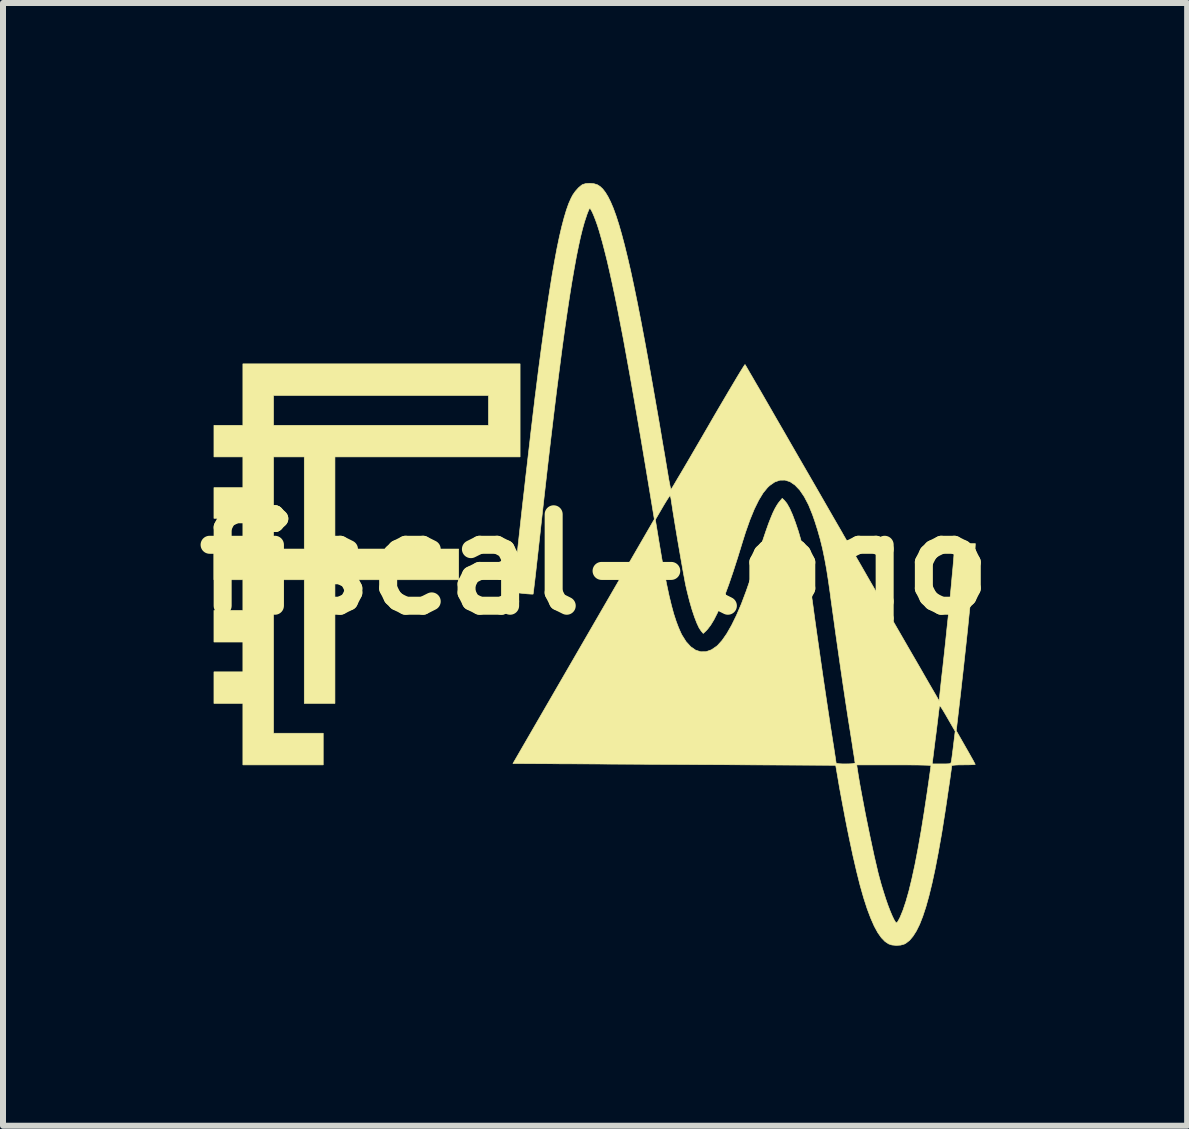
<source format=kicad_pcb>
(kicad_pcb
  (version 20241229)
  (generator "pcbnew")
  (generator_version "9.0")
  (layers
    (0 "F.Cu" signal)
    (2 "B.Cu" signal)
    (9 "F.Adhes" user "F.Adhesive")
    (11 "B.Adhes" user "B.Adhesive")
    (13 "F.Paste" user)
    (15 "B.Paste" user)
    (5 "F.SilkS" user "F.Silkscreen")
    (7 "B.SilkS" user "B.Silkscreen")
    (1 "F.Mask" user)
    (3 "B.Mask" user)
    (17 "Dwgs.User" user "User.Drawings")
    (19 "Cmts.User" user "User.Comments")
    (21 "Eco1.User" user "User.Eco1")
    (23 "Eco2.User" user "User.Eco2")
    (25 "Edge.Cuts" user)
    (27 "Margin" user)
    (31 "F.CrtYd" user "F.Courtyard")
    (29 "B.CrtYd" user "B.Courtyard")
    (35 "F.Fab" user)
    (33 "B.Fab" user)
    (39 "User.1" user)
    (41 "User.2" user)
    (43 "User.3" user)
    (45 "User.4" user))
  (footprint "fiscal-logo"
    (layer "F.Cu")
    (at 6.865 6.354)
    (property "Reference" "fiscal-logo" (at 0 0 0) (layer "F.SilkS") (effects (font (size 1.524 1.524) (thickness 0.3))))
    (attr through_hole)
    (fp_poly (pts (xy -1.249 -1.791) (xy -4.334 -1.791) (xy -4.334 -0.256) (xy -2.272 -0.256) (xy -2.272 0.256) (xy -4.334 0.256) (xy -4.334 2.317) (xy -4.845 2.317) (xy -4.845 0.256) (xy -5.357 0.256) (xy -5.357 2.814) (xy -4.529 2.814) (xy -4.529 3.341) (xy -5.868 3.341) (xy -5.868 2.317) (xy -6.35 2.317) (xy -6.35 1.791) (xy -5.868 1.791) (xy -5.868 1.294) (xy -6.35 1.294) (xy -6.35 0.767) (xy -5.868 0.767) (xy -5.868 0.256) (xy -6.35 0.256) (xy -6.35 -0.256) (xy -5.868 -0.256) (xy -5.868 -0.767) (xy -6.35 -0.767) (xy -6.35 -1.279) (xy -5.868 -1.279) (xy -5.868 -1.791) (xy -5.357 -1.791) (xy -5.357 -0.256) (xy -4.845 -0.256) (xy -4.845 -1.791) (xy -5.357 -1.791) (xy -5.868 -1.791) (xy -6.35 -1.791) (xy -6.35 -2.317) (xy -5.868 -2.317) (xy -5.868 -2.814) (xy -5.357 -2.814) (xy -5.357 -2.317) (xy -1.776 -2.317) (xy -1.776 -2.814) (xy -5.357 -2.814) (xy -5.868 -2.814) (xy -5.868 -3.341) (xy -1.249 -3.341) (xy -1.249 -1.791)) (stroke (width 0.01) (type solid)) (fill yes) (layer "F.SilkS"))
    (fp_poly (pts (xy -0.018 -6.343) (xy 0.04 -6.325) (xy 0.04 -6.325) (xy 0.084 -6.297) (xy 0.128 -6.256) (xy 0.172 -6.199) (xy 0.216 -6.127) (xy 0.26 -6.039) (xy 0.305 -5.933) (xy 0.35 -5.809) (xy 0.396 -5.666) (xy 0.443 -5.503) (xy 0.492 -5.318) (xy 0.542 -5.113) (xy 0.595 -4.884) (xy 0.649 -4.632) (xy 0.706 -4.355) (xy 0.765 -4.053) (xy 0.827 -3.725) (xy 0.892 -3.369) (xy 0.96 -2.986) (xy 1.032 -2.573) (xy 1.036 -2.551) (xy 1.064 -2.391) (xy 1.091 -2.231) (xy 1.117 -2.076) (xy 1.142 -1.93) (xy 1.165 -1.797) (xy 1.184 -1.681) (xy 1.2 -1.585) (xy 1.212 -1.515) (xy 1.213 -1.509) (xy 1.227 -1.424) (xy 1.241 -1.352) (xy 1.252 -1.295) (xy 1.261 -1.259) (xy 1.266 -1.249) (xy 1.275 -1.262) (xy 1.298 -1.298) (xy 1.333 -1.357) (xy 1.38 -1.437) (xy 1.438 -1.534) (xy 1.505 -1.648) (xy 1.58 -1.776) (xy 1.662 -1.917) (xy 1.75 -2.068) (xy 1.843 -2.228) (xy 1.882 -2.295) (xy 1.976 -2.458) (xy 2.066 -2.612) (xy 2.151 -2.756) (xy 2.229 -2.889) (xy 2.3 -3.008) (xy 2.361 -3.111) (xy 2.413 -3.197) (xy 2.454 -3.263) (xy 2.482 -3.307) (xy 2.497 -3.328) (xy 2.499 -3.33) (xy 2.508 -3.316) (xy 2.531 -3.277) (xy 2.567 -3.214) (xy 2.617 -3.129) (xy 2.678 -3.023) (xy 2.752 -2.897) (xy 2.836 -2.751) (xy 2.93 -2.588) (xy 3.033 -2.409) (xy 3.146 -2.214) (xy 3.266 -2.005) (xy 3.394 -1.783) (xy 3.529 -1.55) (xy 3.67 -1.306) (xy 3.816 -1.052) (xy 3.966 -0.791) (xy 4.121 -0.523) (xy 4.122 -0.52) (xy 4.276 -0.252) (xy 4.427 0.009) (xy 4.572 0.262) (xy 4.713 0.505) (xy 4.847 0.738) (xy 4.974 0.959) (xy 5.094 1.167) (xy 5.206 1.361) (xy 5.309 1.539) (xy 5.403 1.701) (xy 5.486 1.846) (xy 5.558 1.971) (xy 5.619 2.076) (xy 5.668 2.16) (xy 5.703 2.221) (xy 5.725 2.259) (xy 5.733 2.271) (xy 5.733 2.271) (xy 5.735 2.255) (xy 5.739 2.213) (xy 5.747 2.147) (xy 5.756 2.06) (xy 5.767 1.957) (xy 5.78 1.839) (xy 5.795 1.711) (xy 5.8 1.663) (xy 5.821 1.472) (xy 5.842 1.277) (xy 5.862 1.081) (xy 5.883 0.886) (xy 5.902 0.697) (xy 5.92 0.516) (xy 5.936 0.347) (xy 5.95 0.192) (xy 5.963 0.055) (xy 5.973 -0.06) (xy 5.98 -0.151) (xy 5.983 -0.201) (xy 5.992 -0.365) (xy 6.092 -0.356) (xy 6.158 -0.351) (xy 6.224 -0.347) (xy 6.264 -0.346) (xy 6.337 -0.346) (xy 6.327 -0.177) (xy 6.322 -0.097) (xy 6.313 0.009) (xy 6.302 0.14) (xy 6.287 0.292) (xy 6.271 0.462) (xy 6.253 0.649) (xy 6.232 0.848) (xy 6.211 1.057) (xy 6.188 1.274) (xy 6.164 1.494) (xy 6.14 1.717) (xy 6.115 1.937) (xy 6.091 2.154) (xy 6.071 2.323) (xy 6.019 2.772) (xy 6.177 3.049) (xy 6.224 3.131) (xy 6.265 3.204) (xy 6.299 3.264) (xy 6.322 3.308) (xy 6.334 3.33) (xy 6.335 3.333) (xy 6.321 3.336) (xy 6.282 3.338) (xy 6.225 3.34) (xy 6.154 3.34) (xy 6.139 3.341) (xy 6.067 3.341) (xy 6.006 3.344) (xy 5.963 3.348) (xy 5.944 3.352) (xy 5.944 3.353) (xy 5.941 3.376) (xy 5.935 3.425) (xy 5.925 3.495) (xy 5.913 3.584) (xy 5.898 3.686) (xy 5.881 3.798) (xy 5.864 3.916) (xy 5.846 4.037) (xy 5.828 4.155) (xy 5.81 4.267) (xy 5.794 4.37) (xy 5.78 4.458) (xy 5.769 4.522) (xy 5.717 4.815) (xy 5.666 5.079) (xy 5.615 5.315) (xy 5.564 5.524) (xy 5.513 5.707) (xy 5.461 5.865) (xy 5.409 5.998) (xy 5.354 6.109) (xy 5.298 6.197) (xy 5.241 6.265) (xy 5.18 6.312) (xy 5.155 6.326) (xy 5.093 6.344) (xy 5.019 6.349) (xy 4.946 6.342) (xy 4.894 6.325) (xy 4.832 6.284) (xy 4.771 6.221) (xy 4.711 6.136) (xy 4.652 6.028) (xy 4.594 5.896) (xy 4.535 5.74) (xy 4.476 5.558) (xy 4.417 5.35) (xy 4.358 5.115) (xy 4.297 4.852) (xy 4.235 4.56) (xy 4.198 4.379) (xy 4.172 4.247) (xy 4.146 4.109) (xy 4.12 3.972) (xy 4.096 3.842) (xy 4.075 3.728) (xy 4.059 3.635) (xy 4.059 3.634) (xy 4.01 3.348) (xy 2.621 3.341) (xy 4.36 3.341) (xy 4.371 3.412) (xy 4.389 3.527) (xy 4.412 3.664) (xy 4.441 3.821) (xy 4.473 3.99) (xy 4.507 4.169) (xy 4.544 4.35) (xy 4.581 4.531) (xy 4.618 4.704) (xy 4.653 4.867) (xy 4.687 5.013) (xy 4.716 5.137) (xy 4.734 5.206) (xy 4.769 5.334) (xy 4.807 5.458) (xy 4.845 5.577) (xy 4.883 5.686) (xy 4.92 5.782) (xy 4.954 5.862) (xy 4.984 5.923) (xy 5.008 5.962) (xy 5.025 5.974) (xy 5.038 5.961) (xy 5.058 5.928) (xy 5.082 5.882) (xy 5.083 5.88) (xy 5.131 5.763) (xy 5.18 5.617) (xy 5.23 5.441) (xy 5.28 5.235) (xy 5.331 5) (xy 5.382 4.736) (xy 5.434 4.442) (xy 5.486 4.119) (xy 5.539 3.768) (xy 5.544 3.732) (xy 5.559 3.63) (xy 5.572 3.538) (xy 5.583 3.46) (xy 5.591 3.4) (xy 5.596 3.363) (xy 5.598 3.352) (xy 5.583 3.349) (xy 5.542 3.347) (xy 5.476 3.345) (xy 5.39 3.343) (xy 5.287 3.342) (xy 5.169 3.341) (xy 5.04 3.341) (xy 4.979 3.341) (xy 4.36 3.341) (xy 2.621 3.341) (xy 2.001 3.337) (xy 1.743 3.336) (xy 1.484 3.334) (xy 1.226 3.333) (xy 0.972 3.332) (xy 0.725 3.33) (xy 0.487 3.329) (xy 0.261 3.328) (xy 0.05 3.326) (xy -0.144 3.325) (xy -0.318 3.324) (xy -0.47 3.323) (xy -0.596 3.323) (xy -0.688 3.322) (xy -1.368 3.318) (xy -0.19 1.283) (xy 0.984 -0.745) (xy 1.005 -0.745) (xy 1.068 -0.361) (xy 1.112 -0.1) (xy 1.154 0.133) (xy 1.195 0.34) (xy 1.234 0.523) (xy 1.273 0.684) (xy 1.311 0.824) (xy 1.351 0.947) (xy 1.391 1.053) (xy 1.432 1.146) (xy 1.448 1.178) (xy 1.518 1.289) (xy 1.595 1.373) (xy 1.676 1.429) (xy 1.761 1.456) (xy 1.849 1.455) (xy 1.938 1.424) (xy 2.026 1.364) (xy 2.042 1.35) (xy 2.117 1.267) (xy 2.195 1.155) (xy 2.275 1.015) (xy 2.356 0.85) (xy 2.438 0.659) (xy 2.519 0.444) (xy 2.601 0.207) (xy 2.633 0.105) (xy 2.698 -0.101) (xy 2.755 -0.281) (xy 2.807 -0.436) (xy 2.852 -0.569) (xy 2.892 -0.682) (xy 2.929 -0.776) (xy 2.962 -0.855) (xy 2.993 -0.92) (xy 3.023 -0.973) (xy 3.051 -1.017) (xy 3.077 -1.05) (xy 3.119 -1.1) (xy 3.156 -1.065) (xy 3.197 -1.014) (xy 3.242 -0.935) (xy 3.289 -0.83) (xy 3.338 -0.7) (xy 3.389 -0.548) (xy 3.439 -0.376) (xy 3.47 -0.263) (xy 3.489 -0.188) (xy 3.506 -0.111) (xy 3.523 -0.031) (xy 3.539 0.058) (xy 3.556 0.16) (xy 3.574 0.279) (xy 3.594 0.419) (xy 3.617 0.585) (xy 3.619 0.594) (xy 3.663 0.92) (xy 3.709 1.246) (xy 3.755 1.567) (xy 3.8 1.879) (xy 3.844 2.177) (xy 3.886 2.457) (xy 3.925 2.713) (xy 3.943 2.826) (xy 3.961 2.942) (xy 3.978 3.048) (xy 3.992 3.142) (xy 4.004 3.218) (xy 4.012 3.274) (xy 4.017 3.306) (xy 4.018 3.312) (xy 4.032 3.317) (xy 4.07 3.322) (xy 4.125 3.325) (xy 4.176 3.325) (xy 5.618 3.325) (xy 5.773 3.325) (xy 5.843 3.325) (xy 5.888 3.323) (xy 5.915 3.319) (xy 5.928 3.31) (xy 5.934 3.297) (xy 5.935 3.292) (xy 5.94 3.265) (xy 5.947 3.215) (xy 5.956 3.147) (xy 5.966 3.068) (xy 5.972 3.019) (xy 6.001 2.781) (xy 5.871 2.556) (xy 5.824 2.475) (xy 5.789 2.417) (xy 5.766 2.381) (xy 5.751 2.362) (xy 5.742 2.359) (xy 5.737 2.368) (xy 5.736 2.379) (xy 5.733 2.406) (xy 5.726 2.459) (xy 5.717 2.534) (xy 5.706 2.625) (xy 5.693 2.73) (xy 5.679 2.843) (xy 5.674 2.877) (xy 5.618 3.325) (xy 4.176 3.325) (xy 4.241 3.324) (xy 4.292 3.321) (xy 4.325 3.317) (xy 4.334 3.313) (xy 4.331 3.296) (xy 4.325 3.252) (xy 4.315 3.186) (xy 4.301 3.101) (xy 4.286 2.999) (xy 4.268 2.885) (xy 4.252 2.783) (xy 4.215 2.551) (xy 4.176 2.296) (xy 4.135 2.022) (xy 4.093 1.735) (xy 4.051 1.441) (xy 4.009 1.147) (xy 3.969 0.856) (xy 3.93 0.576) (xy 3.92 0.497) (xy 3.888 0.273) (xy 3.857 0.075) (xy 3.824 -0.104) (xy 3.79 -0.267) (xy 3.752 -0.42) (xy 3.71 -0.568) (xy 3.663 -0.716) (xy 3.624 -0.828) (xy 3.558 -0.991) (xy 3.486 -1.128) (xy 3.411 -1.238) (xy 3.332 -1.321) (xy 3.25 -1.377) (xy 3.166 -1.404) (xy 3.081 -1.403) (xy 2.995 -1.373) (xy 2.91 -1.314) (xy 2.875 -1.281) (xy 2.801 -1.191) (xy 2.728 -1.071) (xy 2.654 -0.921) (xy 2.581 -0.743) (xy 2.508 -0.536) (xy 2.46 -0.384) (xy 2.378 -0.117) (xy 2.301 0.122) (xy 2.229 0.333) (xy 2.161 0.517) (xy 2.098 0.677) (xy 2.038 0.811) (xy 1.981 0.923) (xy 1.927 1.012) (xy 1.875 1.08) (xy 1.85 1.107) (xy 1.803 1.151) (xy 1.769 1.111) (xy 1.734 1.059) (xy 1.697 0.98) (xy 1.657 0.877) (xy 1.616 0.754) (xy 1.575 0.612) (xy 1.536 0.457) (xy 1.512 0.354) (xy 1.502 0.304) (xy 1.488 0.228) (xy 1.47 0.132) (xy 1.45 0.018) (xy 1.428 -0.107) (xy 1.405 -0.241) (xy 1.381 -0.379) (xy 1.358 -0.516) (xy 1.336 -0.648) (xy 1.316 -0.771) (xy 1.298 -0.881) (xy 1.284 -0.973) (xy 1.273 -1.042) (xy 1.27 -1.065) (xy 1.263 -1.109) (xy 1.254 -1.137) (xy 1.248 -1.144) (xy 1.237 -1.131) (xy 1.214 -1.097) (xy 1.182 -1.046) (xy 1.143 -0.982) (xy 1.121 -0.944) (xy 1.005 -0.745) (xy 0.984 -0.745) (xy 0.988 -0.753) (xy 0.908 -1.238) (xy 0.835 -1.677) (xy 0.766 -2.088) (xy 0.7 -2.472) (xy 0.638 -2.829) (xy 0.58 -3.161) (xy 0.524 -3.469) (xy 0.472 -3.755) (xy 0.421 -4.019) (xy 0.374 -4.262) (xy 0.328 -4.487) (xy 0.284 -4.693) (xy 0.242 -4.883) (xy 0.202 -5.057) (xy 0.162 -5.216) (xy 0.124 -5.363) (xy 0.086 -5.497) (xy 0.067 -5.563) (xy 0.039 -5.651) (xy 0.009 -5.735) (xy -0.02 -5.809) (xy -0.046 -5.869) (xy -0.069 -5.912) (xy -0.085 -5.933) (xy -0.091 -5.933) (xy -0.101 -5.914) (xy -0.118 -5.874) (xy -0.138 -5.822) (xy -0.142 -5.808) (xy -0.175 -5.709) (xy -0.208 -5.592) (xy -0.242 -5.455) (xy -0.276 -5.298) (xy -0.312 -5.121) (xy -0.348 -4.922) (xy -0.386 -4.702) (xy -0.425 -4.459) (xy -0.465 -4.193) (xy -0.507 -3.903) (xy -0.55 -3.589) (xy -0.594 -3.249) (xy -0.641 -2.884) (xy -0.689 -2.492) (xy -0.739 -2.073) (xy -0.791 -1.627) (xy -0.845 -1.152) (xy -0.901 -0.648) (xy -0.926 -0.421) (xy -0.944 -0.259) (xy -0.961 -0.106) (xy -0.977 0.036) (xy -0.991 0.163) (xy -1.004 0.273) (xy -1.015 0.364) (xy -1.023 0.433) (xy -1.029 0.478) (xy -1.032 0.495) (xy -1.032 0.495) (xy -1.048 0.496) (xy -1.087 0.494) (xy -1.14 0.49) (xy -1.201 0.484) (xy -1.261 0.477) (xy -1.313 0.471) (xy -1.35 0.465) (xy -1.364 0.462) (xy -1.363 0.446) (xy -1.36 0.403) (xy -1.353 0.334) (xy -1.343 0.242) (xy -1.331 0.13) (xy -1.317 -0.002) (xy -1.301 -0.149) (xy -1.283 -0.311) (xy -1.264 -0.484) (xy -1.244 -0.667) (xy -1.223 -0.858) (xy -1.201 -1.053) (xy -1.178 -1.251) (xy -1.156 -1.45) (xy -1.133 -1.646) (xy -1.111 -1.839) (xy -1.089 -2.026) (xy -1.069 -2.204) (xy -1.049 -2.371) (xy -1.031 -2.525) (xy -1.014 -2.664) (xy -1 -2.785) (xy -0.993 -2.836) (xy -0.943 -3.236) (xy -0.894 -3.607) (xy -0.847 -3.949) (xy -0.802 -4.264) (xy -0.758 -4.553) (xy -0.716 -4.816) (xy -0.674 -5.054) (xy -0.634 -5.268) (xy -0.594 -5.459) (xy -0.555 -5.627) (xy -0.516 -5.775) (xy -0.478 -5.902) (xy -0.44 -6.01) (xy -0.401 -6.098) (xy -0.372 -6.154) (xy -0.328 -6.217) (xy -0.276 -6.275) (xy -0.225 -6.318) (xy -0.208 -6.329) (xy -0.155 -6.345) (xy -0.087 -6.349) (xy -0.018 -6.343)) (stroke (width 0.01) (type solid)) (fill yes) (layer "F.SilkS")))
  (gr_rect
    (start -3 -3)
    (end 16.731 15.708)
    (stroke (width 0.1) (type default))
    (fill no)
    (layer "Edge.Cuts")))
</source>
